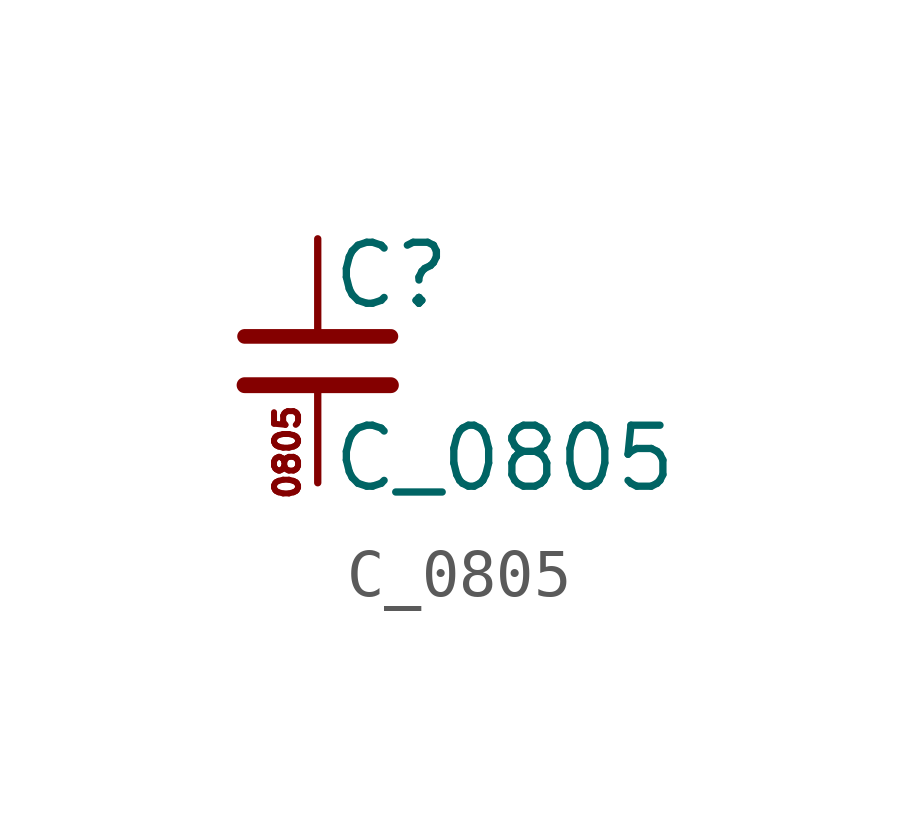
<source format=kicad_sym>
(kicad_symbol_lib
  (version 20211014)
  (generator kicad_symbol_editor)
  (symbol "C_0805"
    (pin_numbers hide)
    (pin_names
      (offset 0.254) hide)
    (property "Reference" "C"
      (at 0.254 1.778 0)
      (effects (font (size 1.27 1.27)) (justify left)))
    (property "Value" "C_0805"
      (at 0.254 -2.032 0)
      (effects (font (size 1.27 1.27)) (justify left)))
    (symbol "C_0805_0_0"
      (text "0805" (at -0.635 -1.905 900) (effects (font (size 0.5 0.5)))))
    (symbol "C_0805_0_1"
      (polyline (pts (xy -1.524 -0.508) (xy 1.524 -0.508)) (stroke (width 0.33) (type default) (color 0 0 0 0)) (fill (type none)))
      (polyline (pts (xy -1.524 0.508) (xy 1.524 0.508)) (stroke (width 0.305) (type default) (color 0 0 0 0)) (fill (type none))))
    (symbol "C_0805_1_1"
      (pin passive line (at 0 2.54 270) (length 2.032) (name "1" (effects (font (size 1.27 1.27)))) (number "1" (effects (font (size 1.27 1.27)))))
      (pin passive line (at 0 -2.54 90) (length 2.032) (name "2" (effects (font (size 1.27 1.27)))) (number "2" (effects (font (size 1.27 1.27))))))))
</source>
